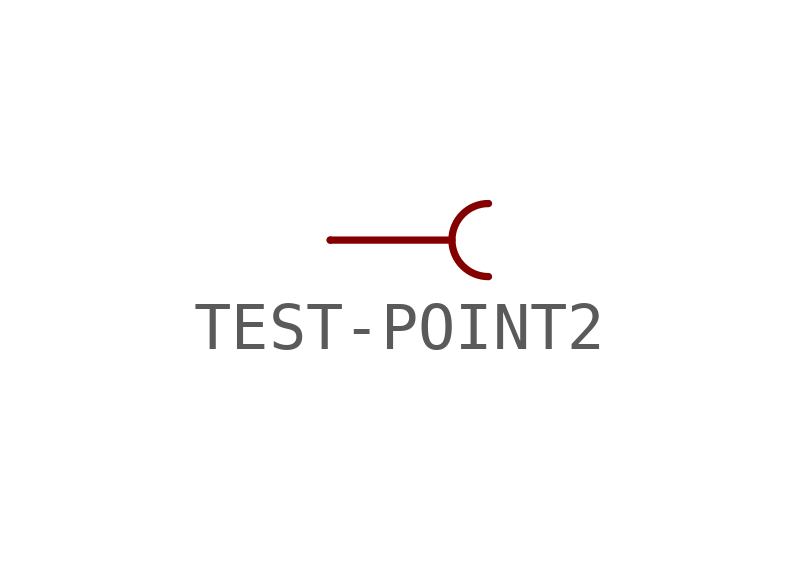
<source format=kicad_sym>
(kicad_symbol_lib
  (version 20220914)
  (generator kicad_symbol_editor)
  (symbol "TEST-POINT2"
    (property "Reference" "TP"
      (at -2.54 2.54 0)
      (effects (font (size 1.778 1.778)) (justify left bottom) hide))
    (property "ki_locked" ""
      (at 0 0 0)
      (effects (font (size 1.27 1.27))))
    (symbol "TEST-POINT2_1_0"
      (polyline (pts (xy 2.54 0) (xy 0 0)) (stroke (width 0.152) (type solid)) (fill (type none)))
      (arc (start 3.302 0.762) (mid 2.54 0) (end 3.302 -0.762) (stroke (width 0.1524) (type solid)) (fill (type none)))
      (pin bidirectional line (at 0 0 180) (length 0) (name "1" (effects (font (size 0 0)))) (number "P$1" (effects (font (size 0 0))))))))
</source>
